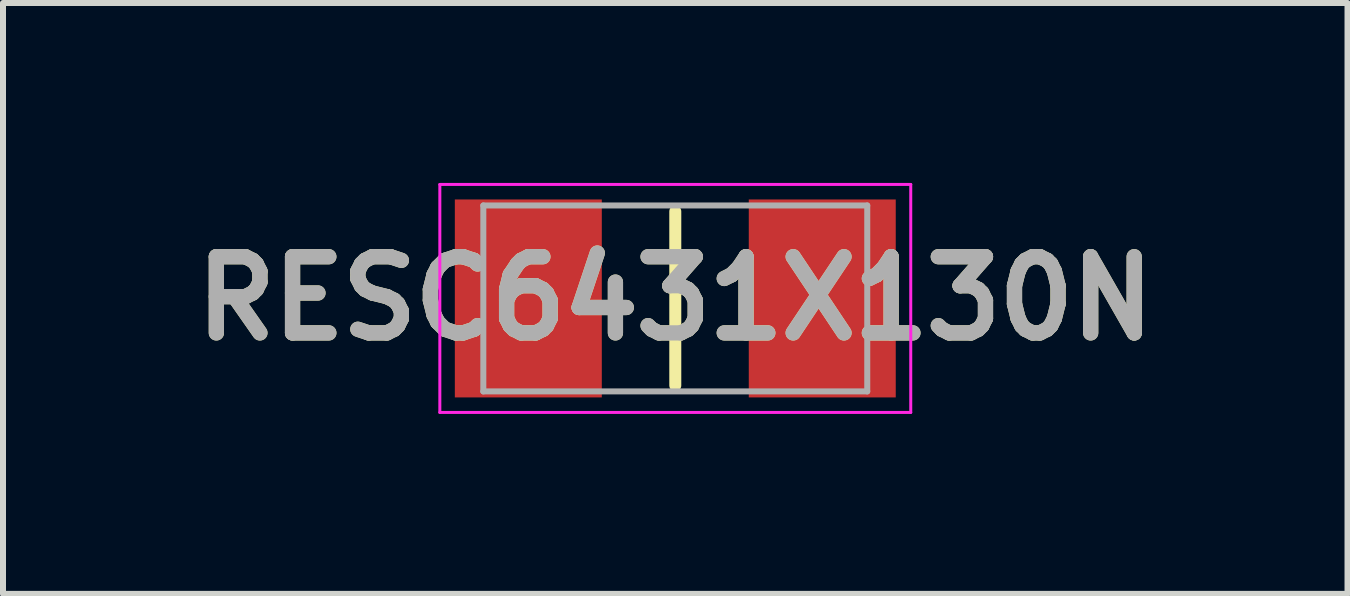
<source format=kicad_pcb>
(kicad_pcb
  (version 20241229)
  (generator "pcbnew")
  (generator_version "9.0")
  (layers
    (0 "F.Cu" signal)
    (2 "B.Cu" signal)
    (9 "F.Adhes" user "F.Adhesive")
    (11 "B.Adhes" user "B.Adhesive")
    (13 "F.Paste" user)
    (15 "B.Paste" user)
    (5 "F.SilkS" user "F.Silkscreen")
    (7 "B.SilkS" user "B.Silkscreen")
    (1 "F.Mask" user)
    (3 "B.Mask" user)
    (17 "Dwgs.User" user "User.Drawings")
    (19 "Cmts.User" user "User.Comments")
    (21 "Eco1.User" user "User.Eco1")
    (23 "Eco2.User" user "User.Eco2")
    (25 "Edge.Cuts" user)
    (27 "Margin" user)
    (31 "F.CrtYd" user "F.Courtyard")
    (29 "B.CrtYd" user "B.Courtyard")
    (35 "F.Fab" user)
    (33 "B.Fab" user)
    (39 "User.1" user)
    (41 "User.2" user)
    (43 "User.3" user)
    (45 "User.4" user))
  (footprint "RESC6431X130N"
    (layer "F.Cu")
    (at 8.207 1.925)
    (property "Reference" "RESC6431X130N" (at 0 0 0) (layer "F.SilkS") (effects (font (size 1.27 1.27) (thickness 0.254))))
    (attr smd)
    (fp_line (start 0 -1.45) (end 0 1.45) (stroke (width 0.2) (type solid)) (layer "F.SilkS"))
    (fp_line (start -3.925 -1.9) (end 3.925 -1.9) (stroke (width 0.05) (type solid)) (layer "F.CrtYd"))
    (fp_line (start -3.925 1.9) (end -3.925 -1.9) (stroke (width 0.05) (type solid)) (layer "F.CrtYd"))
    (fp_line (start 3.925 -1.9) (end 3.925 1.9) (stroke (width 0.05) (type solid)) (layer "F.CrtYd"))
    (fp_line (start 3.925 1.9) (end -3.925 1.9) (stroke (width 0.05) (type solid)) (layer "F.CrtYd"))
    (fp_line (start -3.2 -1.55) (end 3.2 -1.55) (stroke (width 0.1) (type solid)) (layer "F.Fab"))
    (fp_line (start -3.2 1.55) (end -3.2 -1.55) (stroke (width 0.1) (type solid)) (layer "F.Fab"))
    (fp_line (start 3.2 -1.55) (end 3.2 1.55) (stroke (width 0.1) (type solid)) (layer "F.Fab"))
    (fp_line (start 3.2 1.55) (end -3.2 1.55) (stroke (width 0.1) (type solid)) (layer "F.Fab"))
    (fp_text user "${REFERENCE}" (at 0 0 0) (layer "F.Fab") (effects (font (size 1.27 1.27) (thickness 0.254))))
    (pad "1" smd rect (at -2.45 0) (size 2.45 3.3) (layers "F.Cu" "F.Mask" "F.Paste"))
    (pad "2" smd rect (at 2.45 0) (size 2.45 3.3) (layers "F.Cu" "F.Mask" "F.Paste")))
  (gr_rect
    (start -3 -3)
    (end 19.413 6.85)
    (stroke (width 0.1) (type default))
    (fill no)
    (layer "Edge.Cuts")))
</source>
